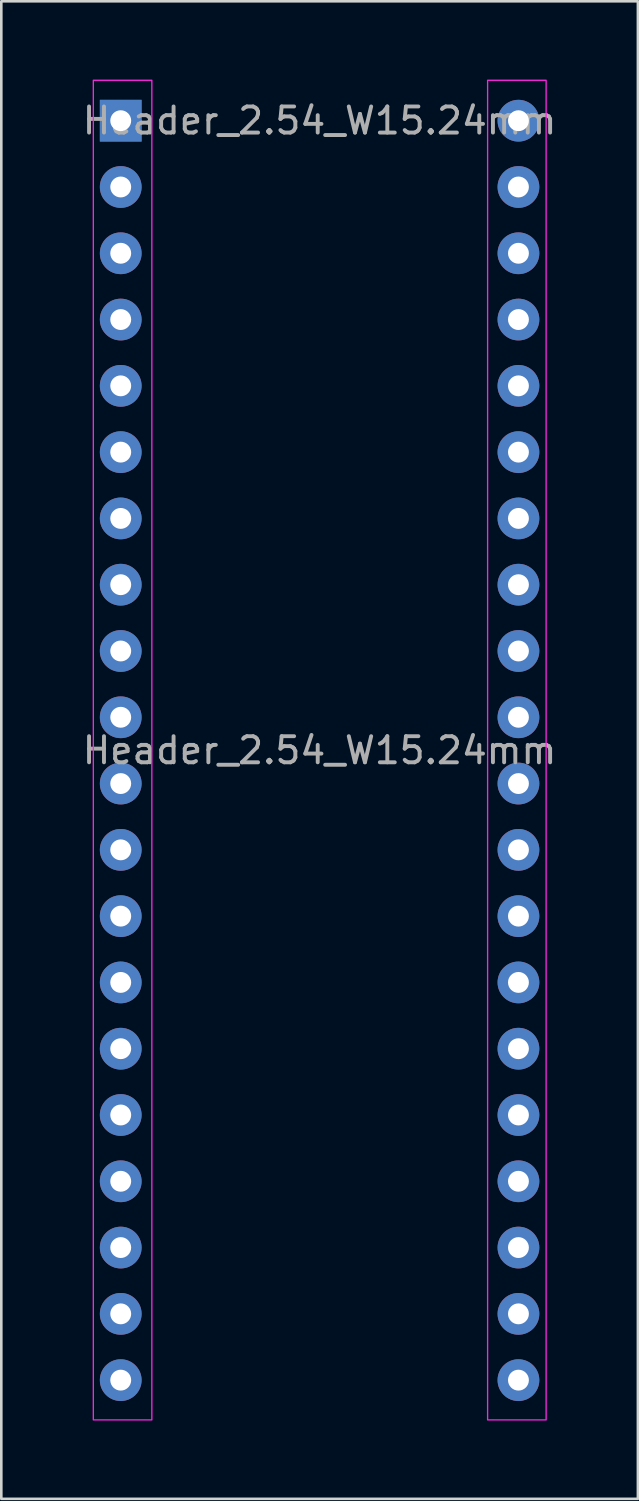
<source format=kicad_pcb>
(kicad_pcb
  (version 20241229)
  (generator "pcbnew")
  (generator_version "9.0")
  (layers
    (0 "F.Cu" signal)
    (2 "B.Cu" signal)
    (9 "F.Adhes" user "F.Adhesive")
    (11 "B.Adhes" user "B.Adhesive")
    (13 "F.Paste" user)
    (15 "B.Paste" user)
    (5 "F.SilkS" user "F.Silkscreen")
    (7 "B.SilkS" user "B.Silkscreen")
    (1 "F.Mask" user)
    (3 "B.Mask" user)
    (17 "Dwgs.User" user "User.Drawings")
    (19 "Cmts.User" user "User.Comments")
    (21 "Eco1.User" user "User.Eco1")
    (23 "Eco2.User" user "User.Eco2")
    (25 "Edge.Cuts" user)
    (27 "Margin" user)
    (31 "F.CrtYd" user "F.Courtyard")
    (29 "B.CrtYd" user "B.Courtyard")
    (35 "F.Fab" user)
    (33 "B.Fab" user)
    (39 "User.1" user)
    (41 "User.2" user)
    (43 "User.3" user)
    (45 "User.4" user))
  (footprint "Header_2.54_W15.24mm"
    (layer "F.Cu")
    (at 1.576 1.575)
    (property "Reference" "Header_2.54_W15.24mm" (at 7.62 0 0) (layer "F.Fab") (effects (font (size 1 1) (thickness 0.15))))
    (attr through_hole)
    (fp_rect (start -1.05 -1.55) (end 1.192 49.784) (stroke (width 0.05) (type default)) (fill no) (layer "F.CrtYd"))
    (fp_rect (start 14.058 -1.55) (end 16.3 49.784) (stroke (width 0.05) (type default)) (fill no) (layer "F.CrtYd"))
    (fp_text user "${REFERENCE}" (at 7.62 24.13 0) (layer "F.Fab") (effects (font (size 1 1) (thickness 0.15))))
    (pad "1" thru_hole rect (at 0 0) (size 1.6 1.6) (drill 0.8) (layers "*.Cu" "*.Mask"))
    (pad "2" thru_hole oval (at 0 2.54) (size 1.6 1.6) (drill 0.8) (layers "*.Cu" "*.Mask"))
    (pad "3" thru_hole oval (at 0 5.08) (size 1.6 1.6) (drill 0.8) (layers "*.Cu" "*.Mask"))
    (pad "4" thru_hole oval (at 0 7.62) (size 1.6 1.6) (drill 0.8) (layers "*.Cu" "*.Mask"))
    (pad "5" thru_hole oval (at 0 10.16) (size 1.6 1.6) (drill 0.8) (layers "*.Cu" "*.Mask"))
    (pad "6" thru_hole oval (at 0 12.7) (size 1.6 1.6) (drill 0.8) (layers "*.Cu" "*.Mask"))
    (pad "7" thru_hole oval (at 0 15.24) (size 1.6 1.6) (drill 0.8) (layers "*.Cu" "*.Mask"))
    (pad "8" thru_hole oval (at 0 17.78) (size 1.6 1.6) (drill 0.8) (layers "*.Cu" "*.Mask"))
    (pad "9" thru_hole oval (at 0 20.32) (size 1.6 1.6) (drill 0.8) (layers "*.Cu" "*.Mask"))
    (pad "10" thru_hole oval (at 0 22.86) (size 1.6 1.6) (drill 0.8) (layers "*.Cu" "*.Mask"))
    (pad "11" thru_hole oval (at 0 25.4) (size 1.6 1.6) (drill 0.8) (layers "*.Cu" "*.Mask"))
    (pad "12" thru_hole oval (at 0 27.94) (size 1.6 1.6) (drill 0.8) (layers "*.Cu" "*.Mask"))
    (pad "13" thru_hole oval (at 0 30.48) (size 1.6 1.6) (drill 0.8) (layers "*.Cu" "*.Mask"))
    (pad "14" thru_hole oval (at 0 33.02) (size 1.6 1.6) (drill 0.8) (layers "*.Cu" "*.Mask"))
    (pad "15" thru_hole oval (at 0 35.56) (size 1.6 1.6) (drill 0.8) (layers "*.Cu" "*.Mask"))
    (pad "16" thru_hole oval (at 0 38.1) (size 1.6 1.6) (drill 0.8) (layers "*.Cu" "*.Mask"))
    (pad "17" thru_hole oval (at 0 40.64) (size 1.6 1.6) (drill 0.8) (layers "*.Cu" "*.Mask"))
    (pad "18" thru_hole oval (at 0 43.18) (size 1.6 1.6) (drill 0.8) (layers "*.Cu" "*.Mask"))
    (pad "19" thru_hole oval (at 0 45.72) (size 1.6 1.6) (drill 0.8) (layers "*.Cu" "*.Mask"))
    (pad "20" thru_hole oval (at 0 48.26) (size 1.6 1.6) (drill 0.8) (layers "*.Cu" "*.Mask"))
    (pad "21" thru_hole oval (at 15.24 48.26) (size 1.6 1.6) (drill 0.8) (layers "*.Cu" "*.Mask"))
    (pad "22" thru_hole oval (at 15.24 45.72) (size 1.6 1.6) (drill 0.8) (layers "*.Cu" "*.Mask"))
    (pad "23" thru_hole oval (at 15.24 43.18) (size 1.6 1.6) (drill 0.8) (layers "*.Cu" "*.Mask"))
    (pad "24" thru_hole oval (at 15.24 40.64) (size 1.6 1.6) (drill 0.8) (layers "*.Cu" "*.Mask"))
    (pad "25" thru_hole oval (at 15.24 38.1) (size 1.6 1.6) (drill 0.8) (layers "*.Cu" "*.Mask"))
    (pad "26" thru_hole oval (at 15.24 35.56) (size 1.6 1.6) (drill 0.8) (layers "*.Cu" "*.Mask"))
    (pad "27" thru_hole oval (at 15.24 33.02) (size 1.6 1.6) (drill 0.8) (layers "*.Cu" "*.Mask"))
    (pad "28" thru_hole oval (at 15.24 30.48) (size 1.6 1.6) (drill 0.8) (layers "*.Cu" "*.Mask"))
    (pad "29" thru_hole oval (at 15.24 27.94) (size 1.6 1.6) (drill 0.8) (layers "*.Cu" "*.Mask"))
    (pad "30" thru_hole oval (at 15.24 25.4) (size 1.6 1.6) (drill 0.8) (layers "*.Cu" "*.Mask"))
    (pad "31" thru_hole oval (at 15.24 22.86) (size 1.6 1.6) (drill 0.8) (layers "*.Cu" "*.Mask"))
    (pad "32" thru_hole oval (at 15.24 20.32) (size 1.6 1.6) (drill 0.8) (layers "*.Cu" "*.Mask"))
    (pad "33" thru_hole oval (at 15.24 17.78) (size 1.6 1.6) (drill 0.8) (layers "*.Cu" "*.Mask"))
    (pad "34" thru_hole oval (at 15.24 15.24) (size 1.6 1.6) (drill 0.8) (layers "*.Cu" "*.Mask"))
    (pad "35" thru_hole oval (at 15.24 12.7) (size 1.6 1.6) (drill 0.8) (layers "*.Cu" "*.Mask"))
    (pad "36" thru_hole oval (at 15.24 10.16) (size 1.6 1.6) (drill 0.8) (layers "*.Cu" "*.Mask"))
    (pad "37" thru_hole oval (at 15.24 7.62) (size 1.6 1.6) (drill 0.8) (layers "*.Cu" "*.Mask"))
    (pad "38" thru_hole oval (at 15.24 5.08) (size 1.6 1.6) (drill 0.8) (layers "*.Cu" "*.Mask"))
    (pad "39" thru_hole oval (at 15.24 2.54) (size 1.6 1.6) (drill 0.8) (layers "*.Cu" "*.Mask"))
    (pad "40" thru_hole oval (at 15.24 0) (size 1.6 1.6) (drill 0.8) (layers "*.Cu" "*.Mask")))
  (gr_rect
    (start -3 -3)
    (end 21.393 54.384)
    (stroke (width 0.1) (type default))
    (fill no)
    (layer "Edge.Cuts")))
</source>
